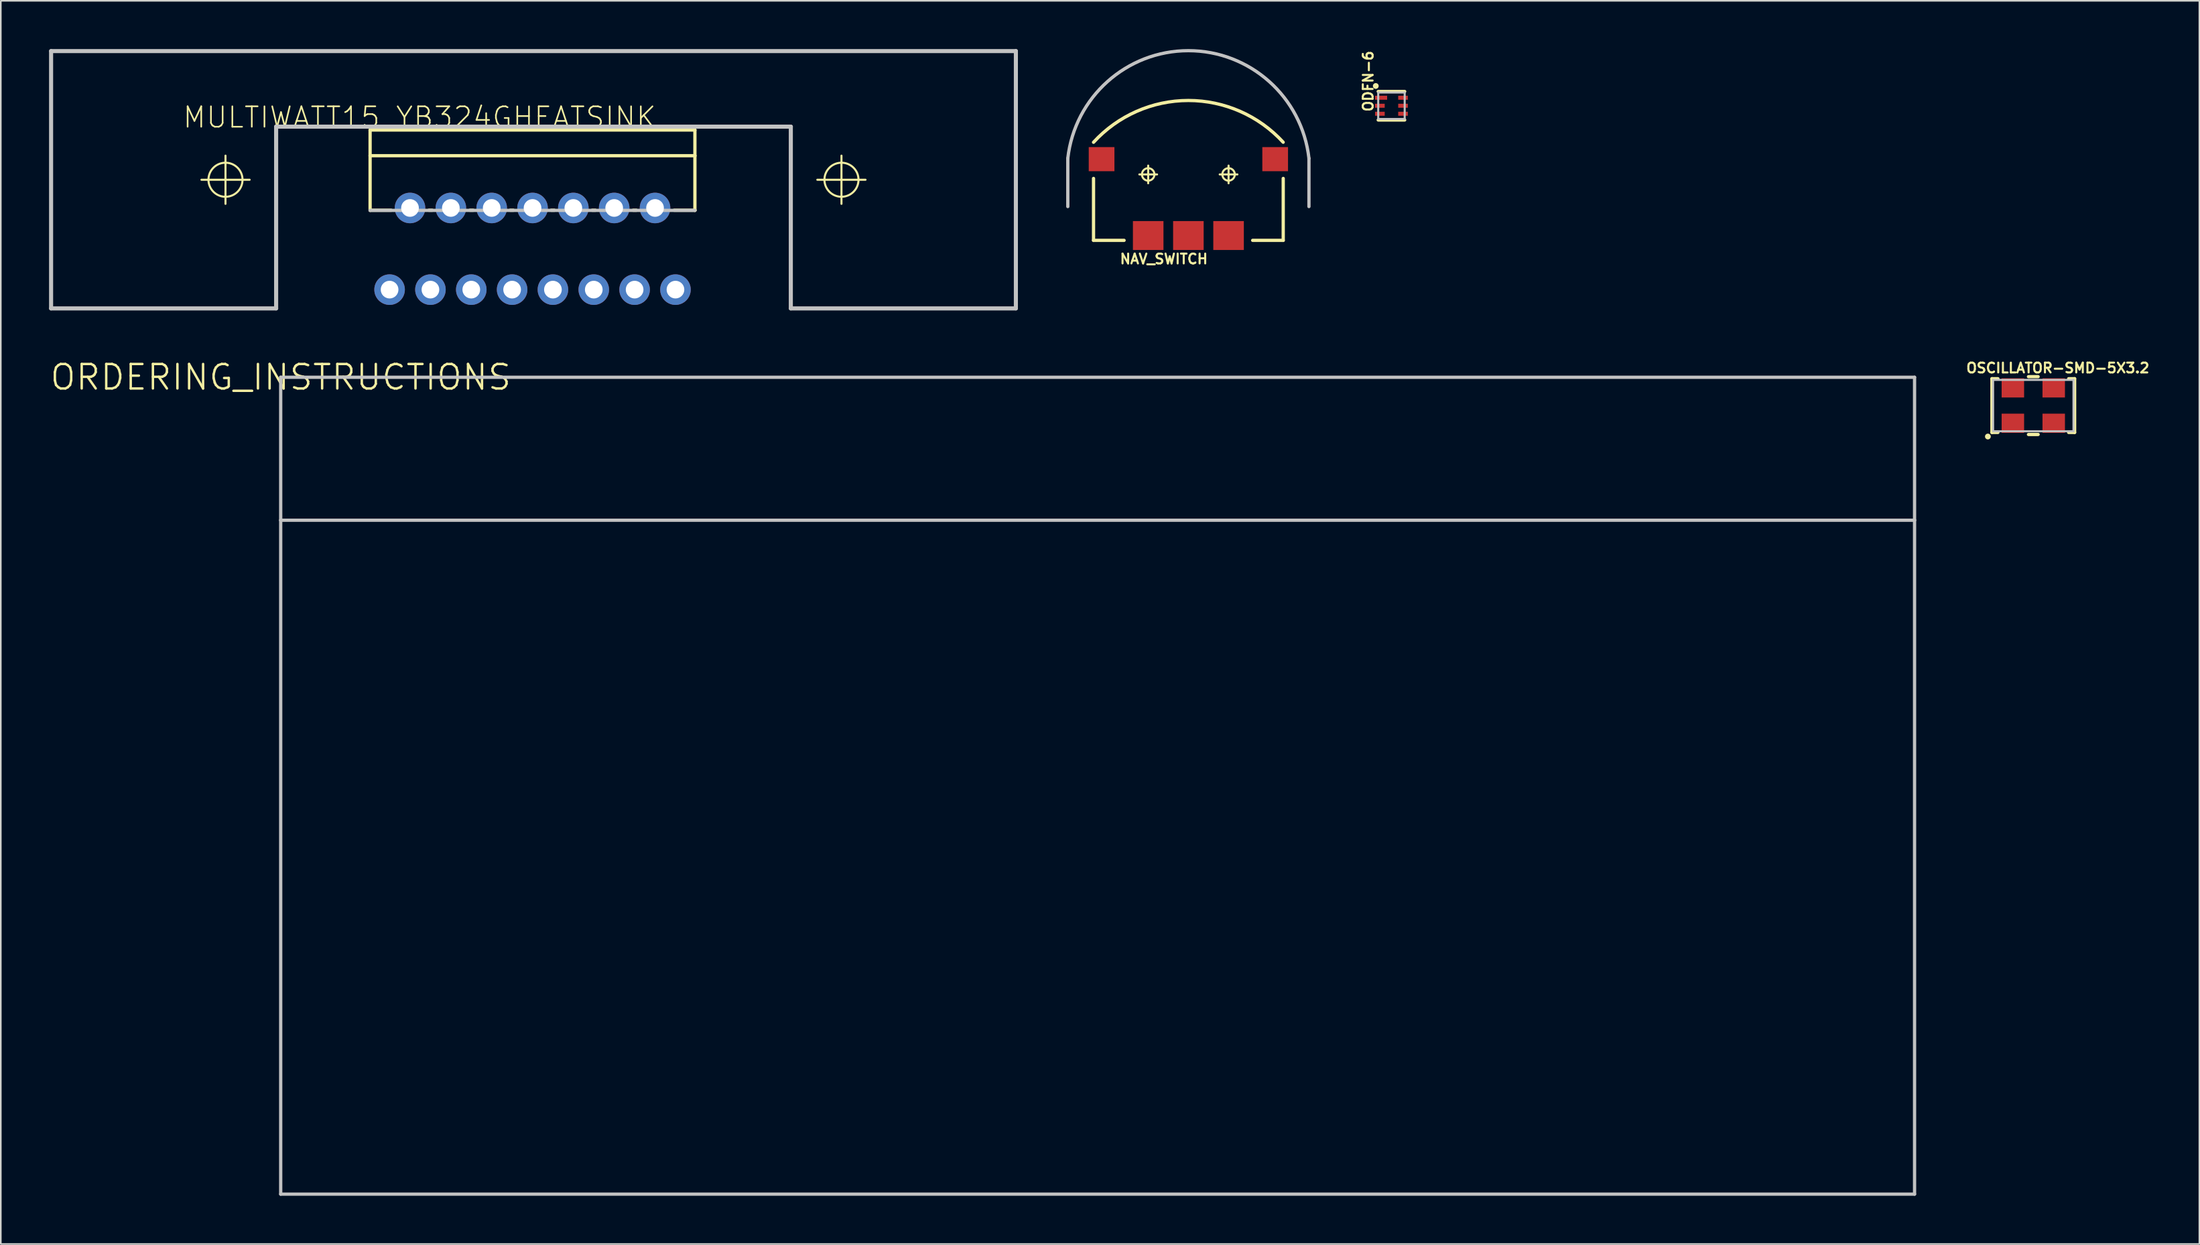
<source format=kicad_pcb>
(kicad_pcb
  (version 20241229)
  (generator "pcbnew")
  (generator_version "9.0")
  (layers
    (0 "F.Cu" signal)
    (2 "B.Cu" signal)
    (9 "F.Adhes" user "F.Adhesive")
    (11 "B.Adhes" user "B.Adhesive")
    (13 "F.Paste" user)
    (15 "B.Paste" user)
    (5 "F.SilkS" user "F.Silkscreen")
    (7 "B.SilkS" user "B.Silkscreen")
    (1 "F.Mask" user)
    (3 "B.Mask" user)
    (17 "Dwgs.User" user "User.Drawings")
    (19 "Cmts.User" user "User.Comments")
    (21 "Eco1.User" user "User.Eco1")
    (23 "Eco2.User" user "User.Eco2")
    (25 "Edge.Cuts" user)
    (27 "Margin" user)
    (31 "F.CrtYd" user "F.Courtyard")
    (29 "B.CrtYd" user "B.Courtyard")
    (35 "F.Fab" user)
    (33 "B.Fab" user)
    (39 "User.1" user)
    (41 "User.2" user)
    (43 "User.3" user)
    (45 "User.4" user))
  (footprint "OSCILLATOR-SMD-5X3.2"
    (layer "F.Cu")
    (at 123.388 22.172)
    (property "Reference" "OSCILLATOR-SMD-5X3.2" (at 1.524 -2.337 0) (layer "F.SilkS") (effects (font (size 0.61 0.61) (thickness 0.127))))
    (attr smd)
    (fp_line (start -2.57 -1.671) (end -2.57 1.671) (stroke (width 0.203) (type solid)) (layer "F.SilkS"))
    (fp_line (start -2.57 -1.671) (end -2.2 -1.671) (stroke (width 0.203) (type solid)) (layer "F.SilkS"))
    (fp_line (start -2.57 1.671) (end -2.2 1.671) (stroke (width 0.203) (type solid)) (layer "F.SilkS"))
    (fp_line (start -0.3 1.798) (end 0.3 1.798) (stroke (width 0.203) (type solid)) (layer "F.SilkS"))
    (fp_line (start 0.3 -1.798) (end -0.3 -1.798) (stroke (width 0.203) (type solid)) (layer "F.SilkS"))
    (fp_line (start 2.57 -1.671) (end 2.2 -1.671) (stroke (width 0.203) (type solid)) (layer "F.SilkS"))
    (fp_line (start 2.57 1.671) (end 2.2 1.671) (stroke (width 0.203) (type solid)) (layer "F.SilkS"))
    (fp_line (start 2.57 1.671) (end 2.57 -1.671) (stroke (width 0.203) (type solid)) (layer "F.SilkS"))
    (fp_circle (center -2.824 1.925) (end -2.951 2.052) (stroke (width 0) (type solid)) (fill yes) (layer "F.SilkS"))
    (fp_line (start -2.499 -1.598) (end -2.499 1.598) (stroke (width 0.127) (type solid)) (layer "Dwgs.User"))
    (fp_line (start -2.499 1.598) (end 2.499 1.598) (stroke (width 0.127) (type solid)) (layer "Dwgs.User"))
    (fp_line (start 2.499 -1.598) (end -2.499 -1.598) (stroke (width 0.127) (type solid)) (layer "Dwgs.User"))
    (fp_line (start 2.499 1.598) (end 2.499 -1.598) (stroke (width 0.127) (type solid)) (layer "Dwgs.User"))
    (pad "1" smd rect (at -1.27 1.1) (size 1.397 1.194) (layers "F.Cu" "F.Mask" "F.Paste"))
    (pad "2" smd rect (at 1.27 1.1) (size 1.397 1.194) (layers "F.Cu" "F.Mask" "F.Paste"))
    (pad "3" smd rect (at 1.27 -1.1) (size 1.397 1.194) (layers "F.Cu" "F.Mask" "F.Paste"))
    (pad "4" smd rect (at -1.27 -1.1) (size 1.397 1.194) (layers "F.Cu" "F.Mask" "F.Paste")))
  (footprint "NAV_SWITCH"
    (layer "F.Cu")
    (at 70.848 7.797)
    (property "Reference" "NAV_SWITCH" (at -1.524 5.258 180) (layer "F.SilkS") (effects (font (size 0.61 0.61) (thickness 0.127))))
    (attr smd)
    (fp_line (start -5.898 4.1) (end -5.898 0.249) (stroke (width 0.203) (type solid)) (layer "F.SilkS"))
    (fp_line (start -5.898 4.1) (end -3.998 4.1) (stroke (width 0.203) (type solid)) (layer "F.SilkS"))
    (fp_line (start -3.048 0) (end -1.948 0) (stroke (width 0.127) (type solid)) (layer "F.SilkS"))
    (fp_line (start -2.499 0.549) (end -2.499 -0.549) (stroke (width 0.127) (type solid)) (layer "F.SilkS"))
    (fp_line (start 1.948 0) (end 3.048 0) (stroke (width 0.127) (type solid)) (layer "F.SilkS"))
    (fp_line (start 2.499 0.549) (end 2.499 -0.549) (stroke (width 0.127) (type solid)) (layer "F.SilkS"))
    (fp_line (start 5.898 4.1) (end 3.998 4.1) (stroke (width 0.203) (type solid)) (layer "F.SilkS"))
    (fp_line (start 5.898 4.1) (end 5.898 0.249) (stroke (width 0.203) (type solid)) (layer "F.SilkS"))
    (fp_arc (start -5.89788 -1.99898) (mid -0.001867 -4.598004) (end 5.89536 -2.001735) (stroke (width 0.2032) (type solid)) (layer "F.SilkS"))
    (fp_circle (center -2.499 0) (end -2.774 0.274) (stroke (width 0.127) (type solid)) (fill no) (layer "F.SilkS"))
    (fp_circle (center 2.499 0) (end 2.774 0.274) (stroke (width 0.127) (type solid)) (fill no) (layer "F.SilkS"))
    (fp_line (start -7.498 1.999) (end -7.498 -0.998) (stroke (width 0.203) (type solid)) (layer "Dwgs.User"))
    (fp_line (start 7.498 1.999) (end 7.498 -0.998) (stroke (width 0.203) (type solid)) (layer "Dwgs.User"))
    (fp_arc (start -7.49808 -0.99822) (mid 0.000685 -7.695781) (end 7.498234 -0.996859) (stroke (width 0.2032) (type solid)) (layer "Dwgs.User"))
    (pad "1" smd rect (at -2.499 3.8) (size 1.9 1.798) (layers "F.Cu" "F.Mask" "F.Paste"))
    (pad "2" smd rect (at 2.499 3.8) (size 1.9 1.798) (layers "F.Cu" "F.Mask" "F.Paste"))
    (pad "C" smd rect (at 5.397 -0.95) (size 1.598 1.499) (layers "F.Cu" "F.Mask" "F.Paste"))
    (pad "NC" smd rect (at -5.397 -0.95) (size 1.598 1.499) (layers "F.Cu" "F.Mask" "F.Paste"))
    (pad "T" smd rect (at 0 3.8) (size 1.9 1.798) (layers "F.Cu" "F.Mask" "F.Paste")))
  (footprint "ODFN-6"
    (layer "F.Cu")
    (at 83.476 3.526)
    (property "Reference" "ODFN-6" (at -1.448 -1.524 90) (layer "F.SilkS") (effects (font (size 0.61 0.61) (thickness 0.127))))
    (attr smd)
    (fp_line (start -0.823 0.886) (end 0.823 0.886) (stroke (width 0.203) (type solid)) (layer "F.SilkS"))
    (fp_line (start 0.823 -0.886) (end -0.823 -0.886) (stroke (width 0.203) (type solid)) (layer "F.SilkS"))
    (fp_circle (center -0.975 -1.229) (end -1.102 -1.356) (stroke (width 0) (type solid)) (fill yes) (layer "F.SilkS"))
    (fp_line (start -0.823 -0.823) (end -0.823 0.823) (stroke (width 0.127) (type solid)) (layer "Dwgs.User"))
    (fp_line (start 0.823 -0.823) (end -0.823 -0.823) (stroke (width 0.127) (type solid)) (layer "Dwgs.User"))
    (fp_line (start 0.823 -0.823) (end 0.823 0.823) (stroke (width 0.127) (type solid)) (layer "Dwgs.User"))
    (fp_line (start 0.823 0.823) (end -0.823 0.823) (stroke (width 0.127) (type solid)) (layer "Dwgs.User"))
    (pad "1" smd rect (at -0.643 -0.498 270) (size 0.249 0.749) (layers "F.Cu" "F.Mask" "F.Paste"))
    (pad "2" smd rect (at -0.719 0 270) (size 0.249 0.599) (layers "F.Cu" "F.Mask" "F.Paste"))
    (pad "3" smd rect (at -0.719 0.498 270) (size 0.249 0.599) (layers "F.Cu" "F.Mask" "F.Paste"))
    (pad "4" smd rect (at 0.719 0.498 90) (size 0.249 0.599) (layers "F.Cu" "F.Mask" "F.Paste"))
    (pad "5" smd rect (at 0.719 0 270) (size 0.249 0.599) (layers "F.Cu" "F.Mask" "F.Paste"))
    (pad "6" smd rect (at 0.719 -0.498 270) (size 0.249 0.599) (layers "F.Cu" "F.Mask" "F.Paste")))
  (footprint "MULTIWATT15_YB324GHEATSINK"
    (layer "F.Cu")
    (at 30.124 12.573)
    (property "Reference" "MULTIWATT15_YB324GHEATSINK" (at -7.084 -8.324 0) (layer "F.SilkS") (effects (font (size 1.27 1.27) (thickness 0.102))))
    (attr exclude_from_pos_files exclude_from_bom)
    (fp_line (start -20.648 -4.445) (end -17.65 -4.445) (stroke (width 0.127) (type solid)) (layer "F.SilkS"))
    (fp_line (start -19.152 -2.946) (end -19.152 -5.944) (stroke (width 0.127) (type solid)) (layer "F.SilkS"))
    (fp_line (start -10.16 -7.539) (end 10.038 -7.539) (stroke (width 0.203) (type solid)) (layer "F.SilkS"))
    (fp_line (start -10.16 -5.939) (end -10.16 -7.539) (stroke (width 0.203) (type solid)) (layer "F.SilkS"))
    (fp_line (start -10.16 -5.939) (end 10.038 -5.939) (stroke (width 0.203) (type solid)) (layer "F.SilkS"))
    (fp_line (start -10.16 -2.54) (end -10.16 -5.939) (stroke (width 0.203) (type solid)) (layer "F.SilkS"))
    (fp_line (start -10.15 -2.548) (end -8.849 -2.548) (stroke (width 0.203) (type solid)) (layer "F.SilkS"))
    (fp_line (start -6.5 -2.548) (end -6.299 -2.548) (stroke (width 0.203) (type solid)) (layer "F.SilkS"))
    (fp_line (start -3.95 -2.548) (end -3.749 -2.548) (stroke (width 0.203) (type solid)) (layer "F.SilkS"))
    (fp_line (start -1.448 -2.548) (end -1.25 -2.548) (stroke (width 0.203) (type solid)) (layer "F.SilkS"))
    (fp_line (start 1.1 -2.548) (end 1.298 -2.548) (stroke (width 0.203) (type solid)) (layer "F.SilkS"))
    (fp_line (start 3.65 -2.548) (end 3.848 -2.548) (stroke (width 0.203) (type solid)) (layer "F.SilkS"))
    (fp_line (start 6.198 -2.548) (end 6.398 -2.548) (stroke (width 0.203) (type solid)) (layer "F.SilkS"))
    (fp_line (start 10.038 -7.539) (end 10.038 -5.939) (stroke (width 0.203) (type solid)) (layer "F.SilkS"))
    (fp_line (start 10.038 -5.939) (end 10.038 -2.54) (stroke (width 0.203) (type solid)) (layer "F.SilkS"))
    (fp_line (start 10.048 -2.548) (end 8.748 -2.548) (stroke (width 0.203) (type solid)) (layer "F.SilkS"))
    (fp_line (start 17.65 -4.445) (end 20.648 -4.445) (stroke (width 0.127) (type solid)) (layer "F.SilkS"))
    (fp_line (start 19.152 -2.946) (end 19.152 -5.944) (stroke (width 0.127) (type solid)) (layer "F.SilkS"))
    (fp_circle (center -19.152 -4.445) (end -19.901 -5.194) (stroke (width 0.127) (type solid)) (fill no) (layer "F.SilkS"))
    (fp_circle (center 19.152 -4.445) (end 19.901 -5.194) (stroke (width 0.127) (type solid)) (fill no) (layer "F.SilkS"))
    (fp_line (start -29.997 -12.446) (end -29.997 3.556) (stroke (width 0.254) (type solid)) (layer "Dwgs.User"))
    (fp_line (start -16.002 -7.747) (end -16.002 3.556) (stroke (width 0.254) (type solid)) (layer "Dwgs.User"))
    (fp_line (start -16.002 3.556) (end -29.997 3.556) (stroke (width 0.254) (type solid)) (layer "Dwgs.User"))
    (fp_line (start 10.038 -2.54) (end -10.16 -2.54) (stroke (width 0.203) (type solid)) (layer "Dwgs.User"))
    (fp_line (start 16.002 -7.747) (end -16.002 -7.747) (stroke (width 0.254) (type solid)) (layer "Dwgs.User"))
    (fp_line (start 16.002 3.556) (end 16.002 -7.747) (stroke (width 0.254) (type solid)) (layer "Dwgs.User"))
    (fp_line (start 29.997 -12.446) (end -29.997 -12.446) (stroke (width 0.254) (type solid)) (layer "Dwgs.User"))
    (fp_line (start 29.997 -12.446) (end 29.997 3.556) (stroke (width 0.254) (type solid)) (layer "Dwgs.User"))
    (fp_line (start 29.997 3.556) (end 16.002 3.556) (stroke (width 0.254) (type solid)) (layer "Dwgs.User"))
    (pad "1" thru_hole circle (at -8.948 2.388) (size 1.9 1.9) (drill 1.1) (layers "*.Cu" "*.Paste" "*.Mask"))
    (pad "2" thru_hole circle (at -7.678 -2.69) (size 1.9 1.9) (drill 1.1) (layers "*.Cu" "*.Paste" "*.Mask"))
    (pad "3" thru_hole circle (at -6.408 2.388) (size 1.9 1.9) (drill 1.1) (layers "*.Cu" "*.Paste" "*.Mask"))
    (pad "4" thru_hole circle (at -5.138 -2.69) (size 1.9 1.9) (drill 1.1) (layers "*.Cu" "*.Paste" "*.Mask"))
    (pad "5" thru_hole circle (at -3.868 2.388) (size 1.9 1.9) (drill 1.1) (layers "*.Cu" "*.Paste" "*.Mask"))
    (pad "6" thru_hole circle (at -2.598 -2.69) (size 1.9 1.9) (drill 1.1) (layers "*.Cu" "*.Paste" "*.Mask"))
    (pad "7" thru_hole circle (at -1.328 2.388) (size 1.9 1.9) (drill 1.1) (layers "*.Cu" "*.Paste" "*.Mask"))
    (pad "8" thru_hole circle (at -0.058 -2.69) (size 1.9 1.9) (drill 1.1) (layers "*.Cu" "*.Paste" "*.Mask"))
    (pad "9" thru_hole circle (at 1.209 2.388) (size 1.9 1.9) (drill 1.1) (layers "*.Cu" "*.Paste" "*.Mask"))
    (pad "10" thru_hole circle (at 2.479 -2.69) (size 1.9 1.9) (drill 1.1) (layers "*.Cu" "*.Paste" "*.Mask"))
    (pad "11" thru_hole circle (at 3.749 2.388) (size 1.9 1.9) (drill 1.1) (layers "*.Cu" "*.Paste" "*.Mask"))
    (pad "12" thru_hole circle (at 5.019 -2.69) (size 1.9 1.9) (drill 1.1) (layers "*.Cu" "*.Paste" "*.Mask"))
    (pad "13" thru_hole circle (at 6.289 2.388) (size 1.9 1.9) (drill 1.1) (layers "*.Cu" "*.Paste" "*.Mask"))
    (pad "14" thru_hole circle (at 7.559 -2.69) (size 1.9 1.9) (drill 1.1) (layers "*.Cu" "*.Paste" "*.Mask"))
    (pad "15" thru_hole circle (at 8.829 2.388) (size 1.9 1.9) (drill 1.1) (layers "*.Cu" "*.Paste" "*.Mask")))
  (footprint "ORDERING_INSTRUCTIONS"
    (layer "F.Cu")
    (at 14.405 20.411)
    (property "Reference" "ORDERING_INSTRUCTIONS" (at 0 0 0) (layer "F.SilkS") (effects (font (size 1.524 1.524) (thickness 0.15))))
    (attr exclude_from_pos_files exclude_from_bom)
    (fp_line (start 0 0) (end 101.6 0) (stroke (width 0.203) (type solid)) (layer "Dwgs.User"))
    (fp_line (start 0 8.89) (end 0 0) (stroke (width 0.203) (type solid)) (layer "Dwgs.User"))
    (fp_line (start 0 8.89) (end 101.6 8.89) (stroke (width 0.203) (type solid)) (layer "Dwgs.User"))
    (fp_line (start 0 50.8) (end 0 8.89) (stroke (width 0.203) (type solid)) (layer "Dwgs.User"))
    (fp_line (start 101.6 0) (end 101.6 8.89) (stroke (width 0.203) (type solid)) (layer "Dwgs.User"))
    (fp_line (start 101.6 8.89) (end 101.6 50.8) (stroke (width 0.203) (type solid)) (layer "Dwgs.User"))
    (fp_line (start 101.6 50.8) (end 0 50.8) (stroke (width 0.203) (type solid)) (layer "Dwgs.User")))
  (gr_rect
    (start -3 -3)
    (end 133.716 74.312)
    (stroke (width 0.1) (type default))
    (fill no)
    (layer "Edge.Cuts")))
</source>
